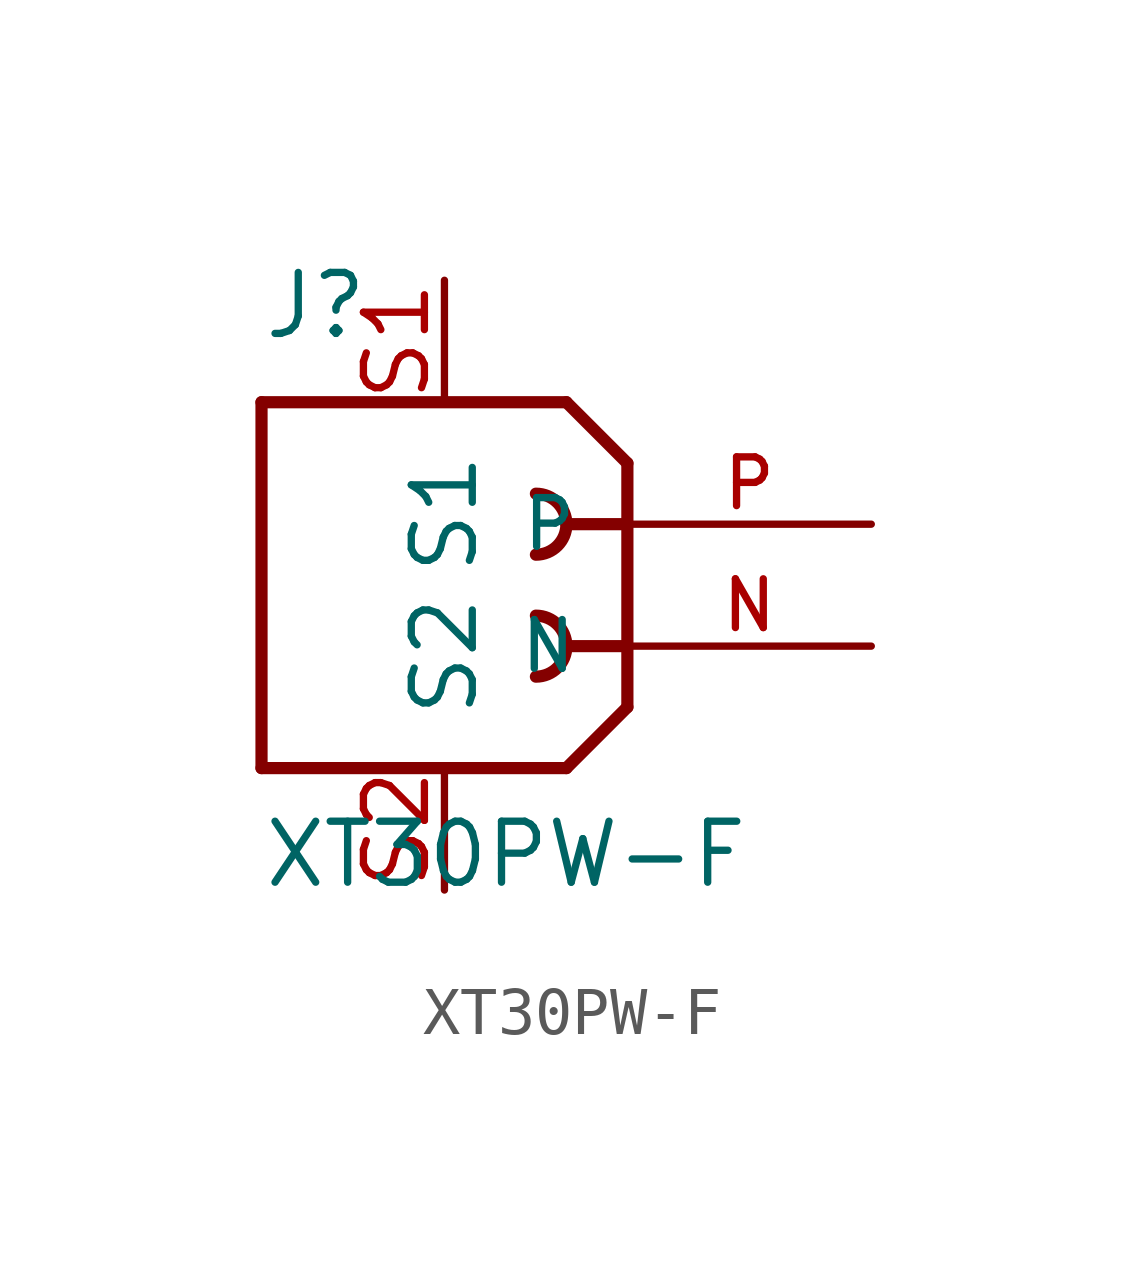
<source format=kicad_sym>
(kicad_symbol_lib
  (version 20231120)
  (generator "kicad_symbol_editor")
  (generator_version "8.0")
  (symbol "XT30PW-F"
    (pin_names
      (offset 1.016))
    (property "Reference" "J"
      (at -7.62 3.81 0)
      (effects (font (size 1.27 1.27)) (justify left bottom)))
    (property "Value" "XT30PW-F"
      (at -7.62 -7.62 0)
      (effects (font (size 1.27 1.27)) (justify left bottom)))
    (symbol "XT30PW-F_0_0"
      (arc (start -1.905 -3.175) (mid -1.2727 -2.54) (end -1.905 -1.905) (stroke (width 0.254) (type default)) (fill (type none)))
      (arc (start -1.905 -0.635) (mid -1.2727 0) (end -1.905 0.635) (stroke (width 0.254) (type default)) (fill (type none)))
      (polyline (pts (xy -7.62 -5.08) (xy -7.62 2.54)) (stroke (width 0.254) (type default)) (fill (type none)))
      (polyline (pts (xy -7.62 2.54) (xy -1.27 2.54)) (stroke (width 0.254) (type default)) (fill (type none)))
      (polyline (pts (xy -1.27 -5.08) (xy -7.62 -5.08)) (stroke (width 0.254) (type default)) (fill (type none)))
      (polyline (pts (xy 0 -3.81) (xy -1.27 -5.08)) (stroke (width 0.254) (type default)) (fill (type none)))
      (polyline (pts (xy 0 -2.54) (xy -1.27 -2.54)) (stroke (width 0.254) (type default)) (fill (type none)))
      (polyline (pts (xy 0 0) (xy -1.27 0)) (stroke (width 0.254) (type default)) (fill (type none)))
      (polyline (pts (xy 0 0) (xy 0 -3.81)) (stroke (width 0.254) (type default)) (fill (type none)))
      (polyline (pts (xy 0 1.27) (xy -1.27 2.54)) (stroke (width 0.254) (type default)) (fill (type none)))
      (polyline (pts (xy 0 1.27) (xy 0 0)) (stroke (width 0.254) (type default)) (fill (type none)))
      (pin power_in line (at 5.08 -2.54 180) (length 5.08) (name "N" (effects (font (size 1.016 1.016)))) (number "N" (effects (font (size 1.016 1.016)))))
      (pin power_in line (at 5.08 0 180) (length 5.08) (name "P" (effects (font (size 1.016 1.016)))) (number "P" (effects (font (size 1.016 1.016))))))
    (symbol "XT30PW-F_1_1"
      (pin passive line (at -3.81 5.08 270) (length 2.54) (name "S1" (effects (font (size 1.27 1.27)))) (number "S1" (effects (font (size 1.27 1.27)))))
      (pin passive line (at -3.81 -7.62 90) (length 2.54) (name "S2" (effects (font (size 1.27 1.27)))) (number "S2" (effects (font (size 1.27 1.27))))))))
</source>
